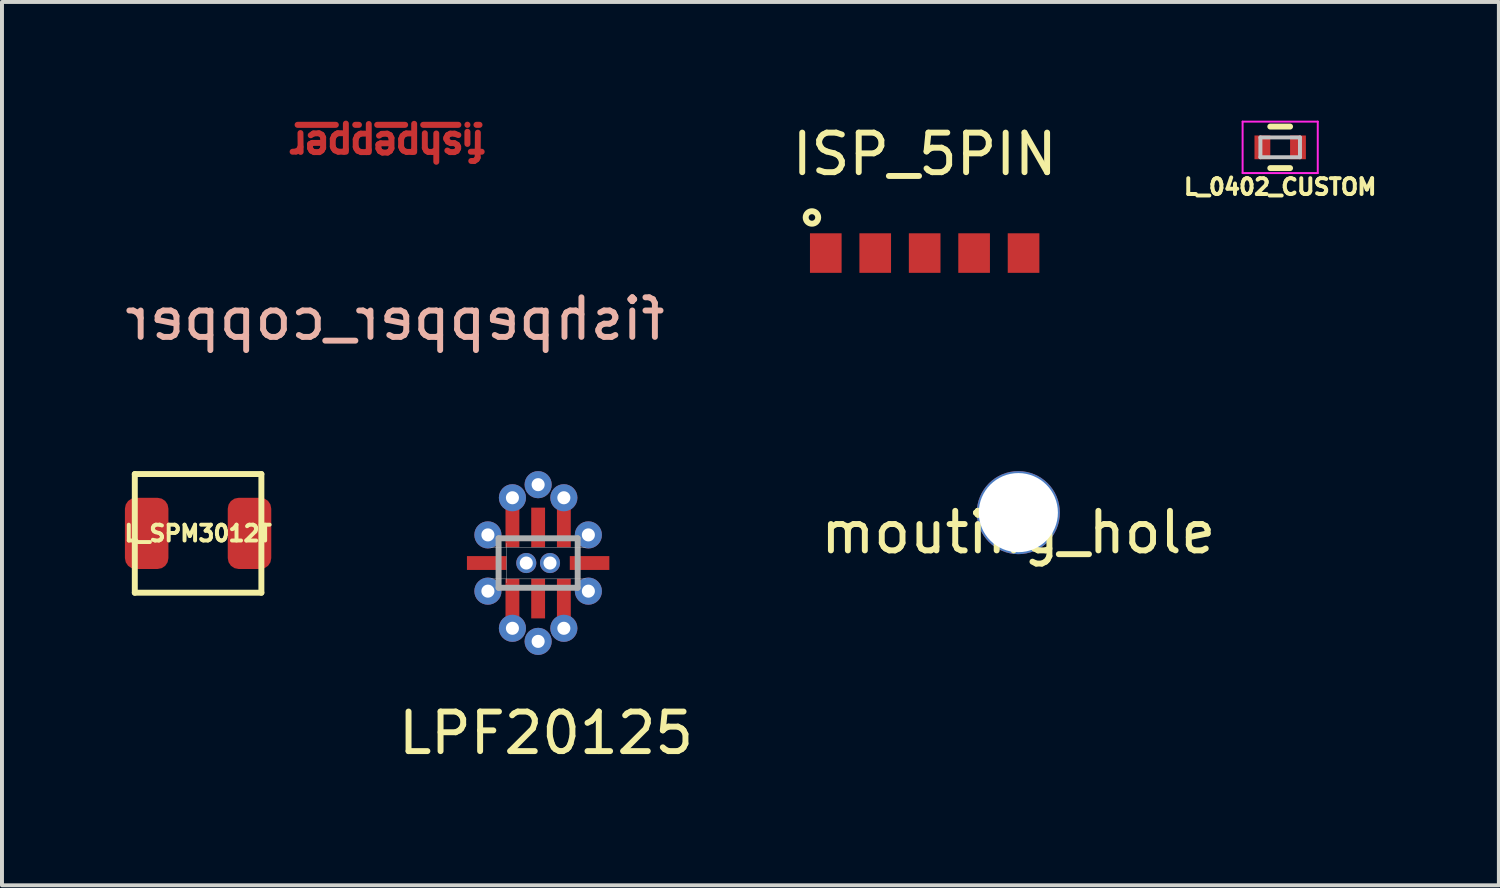
<source format=kicad_pcb>
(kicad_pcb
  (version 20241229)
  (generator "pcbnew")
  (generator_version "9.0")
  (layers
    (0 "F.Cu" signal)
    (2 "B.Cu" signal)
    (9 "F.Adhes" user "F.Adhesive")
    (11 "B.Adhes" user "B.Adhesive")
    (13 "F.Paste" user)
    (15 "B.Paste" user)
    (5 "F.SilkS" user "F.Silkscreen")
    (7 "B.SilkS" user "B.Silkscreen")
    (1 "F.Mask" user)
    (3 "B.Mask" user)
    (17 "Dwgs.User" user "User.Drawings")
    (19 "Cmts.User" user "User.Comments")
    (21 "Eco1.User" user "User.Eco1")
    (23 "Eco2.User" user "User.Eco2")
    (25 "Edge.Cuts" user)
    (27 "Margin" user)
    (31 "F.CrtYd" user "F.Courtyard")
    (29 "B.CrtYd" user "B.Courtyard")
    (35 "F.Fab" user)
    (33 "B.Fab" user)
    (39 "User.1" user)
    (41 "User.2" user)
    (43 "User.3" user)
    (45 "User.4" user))
  (footprint "ISP_5PIN"
    (layer "F.Cu")
    (at 20.327 3.348)
    (property "Reference" "ISP_5PIN" (at 0 -2.5 0) (layer "F.SilkS") (effects (font (size 1 1) (thickness 0.15))))
    (attr through_hole)
    (fp_circle (center -2.85 -0.9) (end -2.7 -0.85) (stroke (width 0.15) (type solid)) (fill no) (layer "F.SilkS"))
    (pad "1" smd rect (at -2.5 0) (size 0.8 1) (layers "F.Cu" "F.Mask" "F.Paste"))
    (pad "2" smd rect (at -1.25 0) (size 0.8 1) (layers "F.Cu" "F.Mask" "F.Paste"))
    (pad "3" smd rect (at 0 0) (size 0.8 1) (layers "F.Cu" "F.Mask" "F.Paste"))
    (pad "4" smd rect (at 1.25 0) (size 0.8 1) (layers "F.Cu" "F.Mask" "F.Paste"))
    (pad "5" smd rect (at 2.5 0) (size 0.8 1) (layers "F.Cu" "F.Mask" "F.Paste")))
  (footprint "LPF20125"
    (layer "F.Cu")
    (at 10.555 11.184)
    (property "Reference" "LPF20125" (at 0.2 4.3 0) (layer "F.SilkS") (effects (font (size 1 1) (thickness 0.15))))
    (attr through_hole)
    (fp_line (start -1.2 -0.4) (end 1.2 -0.4) (stroke (width 0.01) (type solid)) (layer "Dwgs.User"))
    (fp_line (start -1.2 0.4) (end 1.2 0.4) (stroke (width 0.01) (type solid)) (layer "Dwgs.User"))
    (fp_line (start -0.8 -0.5) (end -0.8 0.5) (stroke (width 0.01) (type solid)) (layer "Dwgs.User"))
    (fp_line (start -1 -0.625) (end 1 -0.625) (stroke (width 0.15) (type solid)) (layer "F.Fab"))
    (fp_line (start -1 0.625) (end -1 -0.625) (stroke (width 0.15) (type solid)) (layer "F.Fab"))
    (fp_line (start 1 -0.625) (end 1 0.625) (stroke (width 0.15) (type solid)) (layer "F.Fab"))
    (fp_line (start 1 0.625) (end -1 0.625) (stroke (width 0.15) (type solid)) (layer "F.Fab"))
    (pad "1" thru_hole circle (at -1.27 -0.711) (size 0.686 0.686) (drill 0.33) (layers "*.Cu"))
    (pad "1" thru_hole circle (at -1.27 0.711) (size 0.686 0.686) (drill 0.33) (layers "*.Cu"))
    (pad "1" thru_hole circle (at -0.65 -1.65) (size 0.686 0.686) (drill 0.33) (layers "*.Cu"))
    (pad "1" smd rect (at -0.65 0.9) (size 0.35 1) (layers "F.Cu" "F.Mask" "F.Paste"))
    (pad "1" thru_hole circle (at -0.65 1.65) (size 0.686 0.686) (drill 0.33) (layers "*.Cu"))
    (pad "1" thru_hole circle (at -0.3 0) (size 0.508 0.508) (drill 0.33) (layers "*.Cu"))
    (pad "1" thru_hole circle (at 0 -1.981) (size 0.686 0.686) (drill 0.33) (layers "*.Cu"))
    (pad "1" thru_hole circle (at 0 1.981) (size 0.686 0.686) (drill 0.33) (layers "*.Cu"))
    (pad "1" thru_hole circle (at 0.3 0) (size 0.508 0.508) (drill 0.33) (layers "*.Cu"))
    (pad "1" thru_hole circle (at 0.65 -1.65) (size 0.686 0.686) (drill 0.33) (layers "*.Cu"))
    (pad "1" thru_hole circle (at 0.65 1.65) (size 0.686 0.686) (drill 0.33) (layers "*.Cu"))
    (pad "1" thru_hole circle (at 1.27 -0.711) (size 0.686 0.686) (drill 0.33) (layers "*.Cu"))
    (pad "1" thru_hole circle (at 1.27 0.711) (size 0.686 0.686) (drill 0.33) (layers "*.Cu"))
    (pad "2" smd rect (at 0 0.9) (size 0.35 1) (layers "F.Cu" "F.Mask" "F.Paste"))
    (pad "3" smd rect (at 0.65 0.9) (size 0.35 1) (layers "F.Cu" "F.Mask" "F.Paste"))
    (pad "4" smd rect (at 1.3 0 90) (size 0.35 1) (layers "F.Cu" "F.Mask" "F.Paste"))
    (pad "5" smd rect (at 0.65 -0.9) (size 0.35 1) (layers "F.Cu" "F.Mask" "F.Paste"))
    (pad "6" smd rect (at 0 -0.9) (size 0.35 1) (layers "F.Cu" "F.Mask" "F.Paste"))
    (pad "7" smd rect (at -0.65 -0.9) (size 0.35 1) (layers "F.Cu" "F.Mask" "F.Paste"))
    (pad "8" smd rect (at -1.3 0 90) (size 0.35 1) (layers "F.Cu" "F.Mask" "F.Paste")))
  (footprint "mouting_hole"
    (layer "F.Cu")
    (at 22.695 9.91)
    (property "Reference" "mouting_hole" (at 0 0.5 0) (layer "F.SilkS") (effects (font (size 1 1) (thickness 0.15))))
    (attr through_hole)
    (pad "" np_thru_hole circle (at 0 0) (size 2.1 2.1) (drill 2) (layers "*.Cu" "*.Mask")))
  (footprint "L_SPM3012T"
    (layer "F.Cu")
    (at 1.958 10.435)
    (property "Reference" "L_SPM3012T" (at 0 0 0) (layer "F.SilkS") (effects (font (size 0.4 0.4) (thickness 0.1))))
    (attr through_hole)
    (fp_line (start -1.6 -1.5) (end 1.6 -1.5) (stroke (width 0.15) (type solid)) (layer "F.SilkS"))
    (fp_line (start -1.6 1.5) (end -1.6 -1.5) (stroke (width 0.15) (type solid)) (layer "F.SilkS"))
    (fp_line (start 1.6 -1.5) (end 1.6 1.5) (stroke (width 0.15) (type solid)) (layer "F.SilkS"))
    (fp_line (start 1.6 1.5) (end -1.6 1.5) (stroke (width 0.15) (type solid)) (layer "F.SilkS"))
    (pad "1" smd roundrect (at 1.3 0) (size 1.1 1.8) (layers "F.Cu" "F.Mask" "F.Paste") (roundrect_rratio 0.25))
    (pad "2" smd roundrect (at -1.3 0) (size 1.1 1.8) (layers "F.Cu" "F.Mask" "F.Paste") (roundrect_rratio 0.25)))
  (footprint "fishpepper_copper"
    (layer "F.Cu")
    (at 6.735 0.512)
    (property "Reference" "fishpepper_copper" (at 0.2 4.5 0) (layer "B.SilkS") (effects (font (size 1 1) (thickness 0.15)) (justify mirror)))
    (attr through_hole)
    (fp_line (start -2.301 0.269) (end -2.388 0.274) (stroke (width 0.15) (type solid)) (layer "F.Cu"))
    (fp_line (start -2.261 -0.406) (end -1.295 -0.406) (stroke (width 0.152) (type solid)) (layer "F.Cu"))
    (fp_line (start -2.24 0.244) (end -2.301 0.269) (stroke (width 0.15) (type solid)) (layer "F.Cu"))
    (fp_line (start -2.189 -0.198) (end -2.184 0.279) (stroke (width 0.15) (type solid)) (layer "F.Cu"))
    (fp_line (start -2.189 0.152) (end -2.24 0.244) (stroke (width 0.15) (type solid)) (layer "F.Cu"))
    (fp_line (start -1.946 0.091) (end -1.941 0.076) (stroke (width 0.15) (type solid)) (layer "F.Cu"))
    (fp_line (start -1.946 0.183) (end -1.946 0.091) (stroke (width 0.15) (type solid)) (layer "F.Cu"))
    (fp_line (start -1.941 0.076) (end -1.89 0.051) (stroke (width 0.15) (type solid)) (layer "F.Cu"))
    (fp_line (start -1.93 -0.142) (end -1.859 -0.188) (stroke (width 0.15) (type solid)) (layer "F.Cu"))
    (fp_line (start -1.91 0.249) (end -1.946 0.183) (stroke (width 0.15) (type solid)) (layer "F.Cu"))
    (fp_line (start -1.89 0.051) (end -1.626 0.051) (stroke (width 0.15) (type solid)) (layer "F.Cu"))
    (fp_line (start -1.859 -0.188) (end -1.722 -0.193) (stroke (width 0.15) (type solid)) (layer "F.Cu"))
    (fp_line (start -1.844 0.284) (end -1.91 0.249) (stroke (width 0.15) (type solid)) (layer "F.Cu"))
    (fp_line (start -1.722 -0.193) (end -1.651 -0.157) (stroke (width 0.15) (type solid)) (layer "F.Cu"))
    (fp_line (start -1.712 0.284) (end -1.844 0.284) (stroke (width 0.15) (type solid)) (layer "F.Cu"))
    (fp_line (start -1.651 -0.157) (end -1.615 -0.086) (stroke (width 0.15) (type solid)) (layer "F.Cu"))
    (fp_line (start -1.651 0.244) (end -1.712 0.284) (stroke (width 0.15) (type solid)) (layer "F.Cu"))
    (fp_line (start -1.615 -0.086) (end -1.615 0.178) (stroke (width 0.15) (type solid)) (layer "F.Cu"))
    (fp_line (start -1.615 0.178) (end -1.651 0.244) (stroke (width 0.15) (type solid)) (layer "F.Cu"))
    (fp_line (start -1.372 -0.051) (end -1.336 -0.132) (stroke (width 0.15) (type solid)) (layer "F.Cu"))
    (fp_line (start -1.372 0.142) (end -1.372 -0.051) (stroke (width 0.15) (type solid)) (layer "F.Cu"))
    (fp_line (start -1.351 0.193) (end -1.372 0.142) (stroke (width 0.15) (type solid)) (layer "F.Cu"))
    (fp_line (start -1.336 -0.132) (end -1.28 -0.178) (stroke (width 0.15) (type solid)) (layer "F.Cu"))
    (fp_line (start -1.316 0.239) (end -1.351 0.193) (stroke (width 0.15) (type solid)) (layer "F.Cu"))
    (fp_line (start -1.28 -0.178) (end -1.245 -0.193) (stroke (width 0.15) (type solid)) (layer "F.Cu"))
    (fp_line (start -1.245 -0.193) (end -1.133 -0.193) (stroke (width 0.15) (type solid)) (layer "F.Cu"))
    (fp_line (start -1.234 0.274) (end -1.316 0.239) (stroke (width 0.15) (type solid)) (layer "F.Cu"))
    (fp_line (start -1.092 0.274) (end -1.234 0.274) (stroke (width 0.15) (type solid)) (layer "F.Cu"))
    (fp_line (start -1.041 -0.437) (end -1.041 0.274) (stroke (width 0.15) (type solid)) (layer "F.Cu"))
    (fp_line (start -1.041 0.218) (end -1.092 0.274) (stroke (width 0.15) (type solid)) (layer "F.Cu"))
    (fp_line (start -0.804 -0.406) (end -0.711 -0.406) (stroke (width 0.152) (type solid)) (layer "F.Cu"))
    (fp_line (start -0.792 -0.041) (end -0.757 -0.122) (stroke (width 0.15) (type solid)) (layer "F.Cu"))
    (fp_line (start -0.792 0.152) (end -0.792 -0.041) (stroke (width 0.15) (type solid)) (layer "F.Cu"))
    (fp_line (start -0.772 0.203) (end -0.792 0.152) (stroke (width 0.15) (type solid)) (layer "F.Cu"))
    (fp_line (start -0.757 -0.122) (end -0.701 -0.168) (stroke (width 0.15) (type solid)) (layer "F.Cu"))
    (fp_line (start -0.737 0.249) (end -0.772 0.203) (stroke (width 0.15) (type solid)) (layer "F.Cu"))
    (fp_line (start -0.701 -0.168) (end -0.665 -0.183) (stroke (width 0.15) (type solid)) (layer "F.Cu"))
    (fp_line (start -0.665 -0.183) (end -0.554 -0.183) (stroke (width 0.15) (type solid)) (layer "F.Cu"))
    (fp_line (start -0.655 0.284) (end -0.737 0.249) (stroke (width 0.15) (type solid)) (layer "F.Cu"))
    (fp_line (start -0.513 0.284) (end -0.655 0.284) (stroke (width 0.15) (type solid)) (layer "F.Cu"))
    (fp_line (start -0.462 -0.427) (end -0.462 0.284) (stroke (width 0.15) (type solid)) (layer "F.Cu"))
    (fp_line (start -0.462 0.229) (end -0.513 0.284) (stroke (width 0.15) (type solid)) (layer "F.Cu"))
    (fp_line (start -0.249 -0.406) (end 0.457 -0.406) (stroke (width 0.152) (type solid)) (layer "F.Cu"))
    (fp_line (start -0.218 0.102) (end -0.213 0.086) (stroke (width 0.15) (type solid)) (layer "F.Cu"))
    (fp_line (start -0.218 0.193) (end -0.218 0.102) (stroke (width 0.15) (type solid)) (layer "F.Cu"))
    (fp_line (start -0.213 0.086) (end -0.163 0.061) (stroke (width 0.15) (type solid)) (layer "F.Cu"))
    (fp_line (start -0.203 -0.132) (end -0.132 -0.178) (stroke (width 0.15) (type solid)) (layer "F.Cu"))
    (fp_line (start -0.183 0.259) (end -0.218 0.193) (stroke (width 0.15) (type solid)) (layer "F.Cu"))
    (fp_line (start -0.163 0.061) (end 0.102 0.061) (stroke (width 0.15) (type solid)) (layer "F.Cu"))
    (fp_line (start -0.132 -0.178) (end 0.005 -0.183) (stroke (width 0.15) (type solid)) (layer "F.Cu"))
    (fp_line (start -0.117 0.295) (end -0.183 0.259) (stroke (width 0.15) (type solid)) (layer "F.Cu"))
    (fp_line (start 0.005 -0.183) (end 0.076 -0.147) (stroke (width 0.15) (type solid)) (layer "F.Cu"))
    (fp_line (start 0.015 0.295) (end -0.117 0.295) (stroke (width 0.15) (type solid)) (layer "F.Cu"))
    (fp_line (start 0.076 -0.147) (end 0.112 -0.076) (stroke (width 0.15) (type solid)) (layer "F.Cu"))
    (fp_line (start 0.076 0.254) (end 0.015 0.295) (stroke (width 0.15) (type solid)) (layer "F.Cu"))
    (fp_line (start 0.112 -0.076) (end 0.112 0.188) (stroke (width 0.15) (type solid)) (layer "F.Cu"))
    (fp_line (start 0.112 0.188) (end 0.076 0.254) (stroke (width 0.15) (type solid)) (layer "F.Cu"))
    (fp_line (start 0.356 -0.046) (end 0.391 -0.127) (stroke (width 0.15) (type solid)) (layer "F.Cu"))
    (fp_line (start 0.356 0.147) (end 0.356 -0.046) (stroke (width 0.15) (type solid)) (layer "F.Cu"))
    (fp_line (start 0.376 0.198) (end 0.356 0.147) (stroke (width 0.15) (type solid)) (layer "F.Cu"))
    (fp_line (start 0.391 -0.127) (end 0.447 -0.173) (stroke (width 0.15) (type solid)) (layer "F.Cu"))
    (fp_line (start 0.411 0.244) (end 0.376 0.198) (stroke (width 0.15) (type solid)) (layer "F.Cu"))
    (fp_line (start 0.447 -0.173) (end 0.483 -0.188) (stroke (width 0.15) (type solid)) (layer "F.Cu"))
    (fp_line (start 0.483 -0.188) (end 0.594 -0.188) (stroke (width 0.15) (type solid)) (layer "F.Cu"))
    (fp_line (start 0.493 0.279) (end 0.411 0.244) (stroke (width 0.15) (type solid)) (layer "F.Cu"))
    (fp_line (start 0.635 0.279) (end 0.493 0.279) (stroke (width 0.15) (type solid)) (layer "F.Cu"))
    (fp_line (start 0.686 -0.432) (end 0.686 0.279) (stroke (width 0.15) (type solid)) (layer "F.Cu"))
    (fp_line (start 0.686 0.224) (end 0.635 0.279) (stroke (width 0.15) (type solid)) (layer "F.Cu"))
    (fp_line (start 0.914 -0.406) (end 1.803 -0.406) (stroke (width 0.152) (type solid)) (layer "F.Cu"))
    (fp_line (start 0.955 0.178) (end 0.955 -0.193) (stroke (width 0.15) (type solid)) (layer "F.Cu"))
    (fp_line (start 0.991 0.249) (end 0.955 0.178) (stroke (width 0.15) (type solid)) (layer "F.Cu"))
    (fp_line (start 1.041 0.279) (end 0.991 0.249) (stroke (width 0.15) (type solid)) (layer "F.Cu"))
    (fp_line (start 1.148 0.279) (end 1.041 0.279) (stroke (width 0.15) (type solid)) (layer "F.Cu"))
    (fp_line (start 1.24 0.229) (end 1.148 0.279) (stroke (width 0.15) (type solid)) (layer "F.Cu"))
    (fp_line (start 1.245 0.528) (end 1.245 -0.188) (stroke (width 0.15) (type solid)) (layer "F.Cu"))
    (fp_line (start 1.499 -0.081) (end 1.534 -0.147) (stroke (width 0.15) (type solid)) (layer "F.Cu"))
    (fp_line (start 1.499 -0.046) (end 1.499 -0.081) (stroke (width 0.15) (type solid)) (layer "F.Cu"))
    (fp_line (start 1.524 0.244) (end 1.595 0.284) (stroke (width 0.15) (type solid)) (layer "F.Cu"))
    (fp_line (start 1.534 -0.147) (end 1.6 -0.183) (stroke (width 0.15) (type solid)) (layer "F.Cu"))
    (fp_line (start 1.539 0.02) (end 1.499 -0.046) (stroke (width 0.15) (type solid)) (layer "F.Cu"))
    (fp_line (start 1.595 0.284) (end 1.697 0.284) (stroke (width 0.15) (type solid)) (layer "F.Cu"))
    (fp_line (start 1.6 -0.183) (end 1.707 -0.183) (stroke (width 0.15) (type solid)) (layer "F.Cu"))
    (fp_line (start 1.61 0.056) (end 1.539 0.02) (stroke (width 0.15) (type solid)) (layer "F.Cu"))
    (fp_line (start 1.697 0.284) (end 1.763 0.254) (stroke (width 0.15) (type solid)) (layer "F.Cu"))
    (fp_line (start 1.702 0.056) (end 1.61 0.056) (stroke (width 0.15) (type solid)) (layer "F.Cu"))
    (fp_line (start 1.707 -0.183) (end 1.803 -0.147) (stroke (width 0.15) (type solid)) (layer "F.Cu"))
    (fp_line (start 1.763 0.254) (end 1.798 0.193) (stroke (width 0.15) (type solid)) (layer "F.Cu"))
    (fp_line (start 1.773 0.097) (end 1.702 0.056) (stroke (width 0.15) (type solid)) (layer "F.Cu"))
    (fp_line (start 1.798 0.147) (end 1.773 0.097) (stroke (width 0.15) (type solid)) (layer "F.Cu"))
    (fp_line (start 1.798 0.193) (end 1.798 0.147) (stroke (width 0.15) (type solid)) (layer "F.Cu"))
    (fp_line (start 2.032 -0.409) (end 2.032 -0.406) (stroke (width 0.152) (type solid)) (layer "F.Cu"))
    (fp_line (start 2.032 -0.229) (end 2.032 0.076) (stroke (width 0.152) (type solid)) (layer "F.Cu"))
    (fp_line (start 2.118 0.274) (end 2.393 0.274) (stroke (width 0.15) (type solid)) (layer "F.Cu"))
    (fp_line (start 2.205 0.508) (end 2.129 0.508) (stroke (width 0.15) (type solid)) (layer "F.Cu"))
    (fp_line (start 2.261 -0.406) (end 2.337 -0.406) (stroke (width 0.152) (type solid)) (layer "F.Cu"))
    (fp_line (start 2.266 0.467) (end 2.205 0.508) (stroke (width 0.15) (type solid)) (layer "F.Cu"))
    (fp_line (start 2.291 0.422) (end 2.266 0.467) (stroke (width 0.15) (type solid)) (layer "F.Cu"))
    (fp_line (start 2.296 -0.208) (end 2.291 0.422) (stroke (width 0.15) (type solid)) (layer "F.Cu")))
  (footprint "L_0402_CUSTOM"
    (layer "F.Cu")
    (at 29.315 0.675)
    (property "Reference" "L_0402_CUSTOM" (at 0 1 0) (layer "F.SilkS") (effects (font (size 0.4 0.4) (thickness 0.1))))
    (attr smd)
    (fp_line (start -0.25 0.525) (end 0.25 0.525) (stroke (width 0.15) (type solid)) (layer "F.SilkS"))
    (fp_line (start 0.25 -0.525) (end -0.25 -0.525) (stroke (width 0.15) (type solid)) (layer "F.SilkS"))
    (fp_line (start -0.5 -0.25) (end 0.5 -0.25) (stroke (width 0.1) (type solid)) (layer "Dwgs.User"))
    (fp_line (start -0.5 0.25) (end -0.5 -0.25) (stroke (width 0.1) (type solid)) (layer "Dwgs.User"))
    (fp_line (start 0.5 -0.25) (end 0.5 0.25) (stroke (width 0.1) (type solid)) (layer "Dwgs.User"))
    (fp_line (start 0.5 0.25) (end -0.5 0.25) (stroke (width 0.1) (type solid)) (layer "Dwgs.User"))
    (fp_line (start -0.95 -0.65) (end -0.95 0.65) (stroke (width 0.05) (type solid)) (layer "F.CrtYd"))
    (fp_line (start -0.95 -0.65) (end 0.95 -0.65) (stroke (width 0.05) (type solid)) (layer "F.CrtYd"))
    (fp_line (start -0.95 0.65) (end 0.95 0.65) (stroke (width 0.05) (type solid)) (layer "F.CrtYd"))
    (fp_line (start 0.95 -0.65) (end 0.95 0.65) (stroke (width 0.05) (type solid)) (layer "F.CrtYd"))
    (pad "1" smd rect (at -0.45 0) (size 0.4 0.6) (layers "F.Cu" "F.Mask" "F.Paste"))
    (pad "2" smd rect (at 0.45 0) (size 0.4 0.6) (layers "F.Cu" "F.Mask" "F.Paste")))
  (gr_rect
    (start -3 -3)
    (end 34.844 19.332)
    (stroke (width 0.1) (type default))
    (fill no)
    (layer "Edge.Cuts")))
</source>
